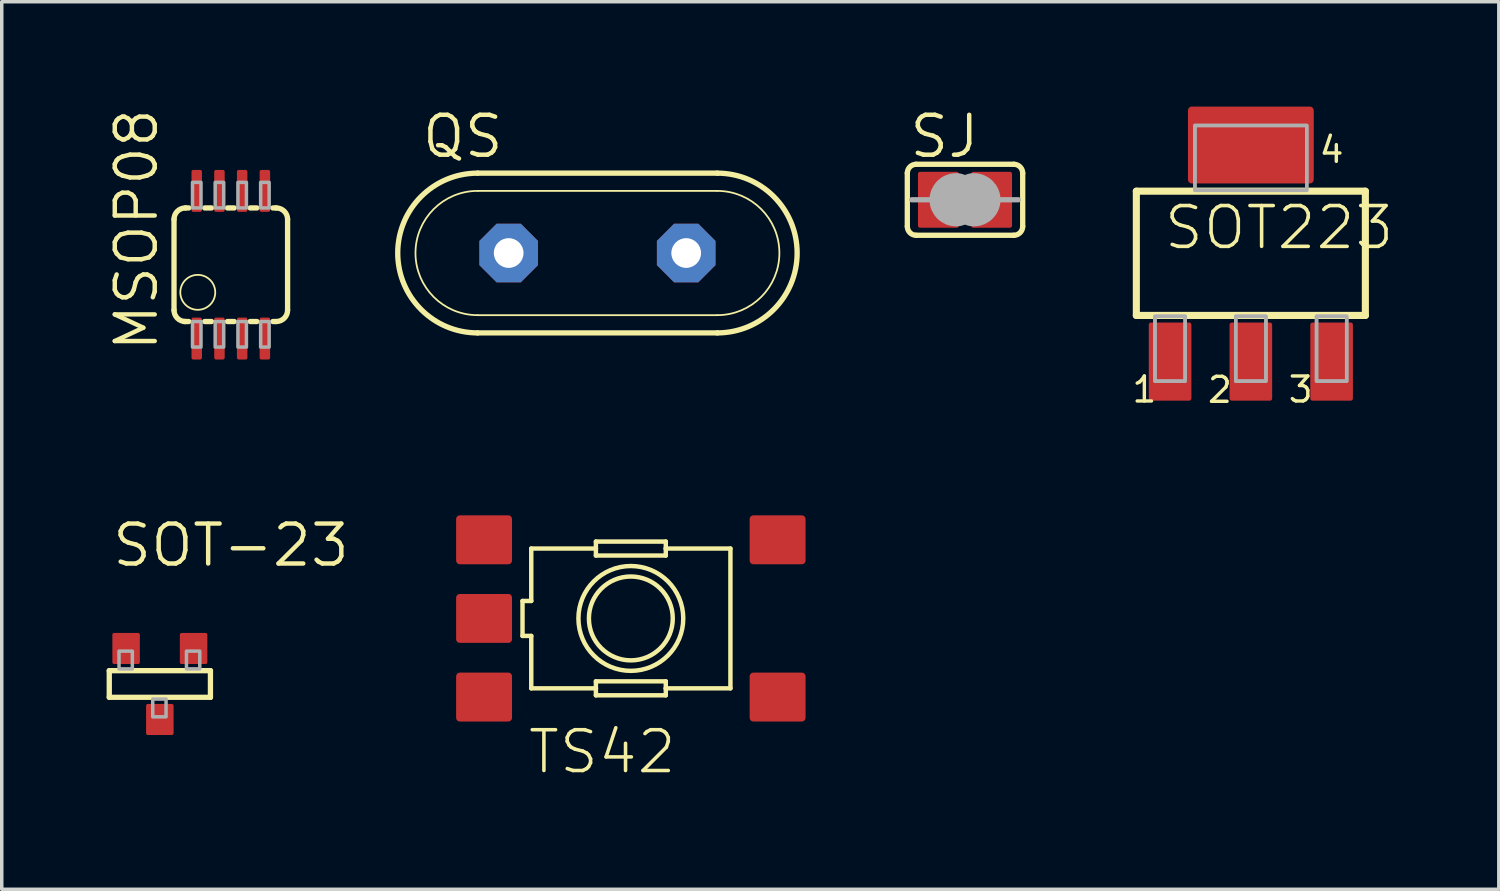
<source format=kicad_pcb>
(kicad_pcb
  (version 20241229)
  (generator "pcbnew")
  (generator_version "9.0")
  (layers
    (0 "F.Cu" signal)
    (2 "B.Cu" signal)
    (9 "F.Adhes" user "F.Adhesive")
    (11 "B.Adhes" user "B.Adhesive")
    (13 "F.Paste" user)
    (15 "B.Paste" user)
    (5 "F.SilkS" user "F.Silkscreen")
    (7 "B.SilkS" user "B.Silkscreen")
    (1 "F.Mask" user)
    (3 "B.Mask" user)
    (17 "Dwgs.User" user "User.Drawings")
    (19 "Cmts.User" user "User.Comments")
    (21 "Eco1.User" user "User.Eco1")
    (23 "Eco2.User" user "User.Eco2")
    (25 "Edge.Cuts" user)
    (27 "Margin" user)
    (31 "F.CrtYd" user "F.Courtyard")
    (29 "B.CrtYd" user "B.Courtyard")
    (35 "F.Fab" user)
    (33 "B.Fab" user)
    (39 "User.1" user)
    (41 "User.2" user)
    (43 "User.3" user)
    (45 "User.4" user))
  (footprint "MSOP08"
    (layer "F.Cu")
    (at 3.556 4.525)
    (property "Reference" "MSOP08" (at -2.032 2.54 90) (layer "F.SilkS") (effects (font (size 1.143 1.143) (thickness 0.127)) (justify left bottom)))
    (fp_line (start -1.626 1.301) (end -1.626 -1.299) (stroke (width 0.152) (type solid)) (layer "F.SilkS"))
    (fp_line (start -1.341 1.626) (end -1.204 1.626) (stroke (width 0.152) (type solid)) (layer "F.SilkS"))
    (fp_line (start -1.301 -1.624) (end -1.204 -1.624) (stroke (width 0.152) (type solid)) (layer "F.SilkS"))
    (fp_line (start -0.747 -1.624) (end -0.554 -1.624) (stroke (width 0.152) (type solid)) (layer "F.SilkS"))
    (fp_line (start -0.747 1.626) (end -0.554 1.626) (stroke (width 0.152) (type solid)) (layer "F.SilkS"))
    (fp_line (start -0.097 -1.624) (end 0.096 -1.624) (stroke (width 0.152) (type solid)) (layer "F.SilkS"))
    (fp_line (start -0.097 1.626) (end 0.096 1.626) (stroke (width 0.152) (type solid)) (layer "F.SilkS"))
    (fp_line (start 0.553 -1.624) (end 0.746 -1.624) (stroke (width 0.152) (type solid)) (layer "F.SilkS"))
    (fp_line (start 0.553 1.626) (end 0.746 1.626) (stroke (width 0.152) (type solid)) (layer "F.SilkS"))
    (fp_line (start 1.203 -1.624) (end 1.299 -1.624) (stroke (width 0.152) (type solid)) (layer "F.SilkS"))
    (fp_line (start 1.203 1.626) (end 1.299 1.626) (stroke (width 0.152) (type solid)) (layer "F.SilkS"))
    (fp_line (start 1.624 -1.299) (end 1.624 1.301) (stroke (width 0.152) (type solid)) (layer "F.SilkS"))
    (fp_arc (start -1.626 -1.299) (mid -1.53081 -1.52881) (end -1.301 -1.624) (stroke (width 0.1524) (type solid)) (layer "F.SilkS"))
    (fp_arc (start -1.301 1.626) (mid -1.53081 1.53081) (end -1.626 1.301) (stroke (width 0.1524) (type solid)) (layer "F.SilkS"))
    (fp_arc (start 1.299 -1.624) (mid 1.52881 -1.52881) (end 1.624 -1.299) (stroke (width 0.1524) (type solid)) (layer "F.SilkS"))
    (fp_arc (start 1.624 1.301) (mid 1.52881 1.53081) (end 1.299 1.626) (stroke (width 0.1524) (type solid)) (layer "F.SilkS"))
    (fp_circle (center -0.946 0.791) (end -0.446 0.791) (stroke (width 0.051) (type solid)) (fill no) (layer "F.SilkS"))
    (fp_poly (pts (xy -1.097 -1.624) (xy -0.854 -1.624) (xy -0.854 -2.356) (xy -1.097 -2.356)) (stroke (width 0.1) (type default)) (fill no) (layer "F.Fab"))
    (fp_poly (pts (xy -1.097 2.357) (xy -0.854 2.357) (xy -0.854 1.626) (xy -1.097 1.626)) (stroke (width 0.1) (type default)) (fill no) (layer "F.Fab"))
    (fp_poly (pts (xy -0.448 -1.624) (xy -0.204 -1.624) (xy -0.204 -2.356) (xy -0.448 -2.356)) (stroke (width 0.1) (type default)) (fill no) (layer "F.Fab"))
    (fp_poly (pts (xy -0.448 2.357) (xy -0.204 2.357) (xy -0.204 1.626) (xy -0.448 1.626)) (stroke (width 0.1) (type default)) (fill no) (layer "F.Fab"))
    (fp_poly (pts (xy 0.203 -1.624) (xy 0.446 -1.624) (xy 0.446 -2.356) (xy 0.203 -2.356)) (stroke (width 0.1) (type default)) (fill no) (layer "F.Fab"))
    (fp_poly (pts (xy 0.203 2.357) (xy 0.446 2.357) (xy 0.446 1.626) (xy 0.203 1.626)) (stroke (width 0.1) (type default)) (fill no) (layer "F.Fab"))
    (fp_poly (pts (xy 0.853 -1.624) (xy 1.096 -1.624) (xy 1.096 -2.356) (xy 0.853 -2.356)) (stroke (width 0.1) (type default)) (fill no) (layer "F.Fab"))
    (fp_poly (pts (xy 0.853 2.357) (xy 1.096 2.357) (xy 1.096 1.626) (xy 0.853 1.626)) (stroke (width 0.1) (type default)) (fill no) (layer "F.Fab"))
    (pad "1" smd roundrect (at -0.976 2.113) (size 0.3 1.2) (layers "F.Cu" "F.Mask" "F.Paste") (roundrect_rratio 0.169))
    (pad "2" smd roundrect (at -0.326 2.113) (size 0.3 1.2) (layers "F.Cu" "F.Mask" "F.Paste") (roundrect_rratio 0.169))
    (pad "3" smd roundrect (at 0.324 2.113) (size 0.3 1.2) (layers "F.Cu" "F.Mask" "F.Paste") (roundrect_rratio 0.169))
    (pad "4" smd roundrect (at 0.974 2.113) (size 0.3 1.2) (layers "F.Cu" "F.Mask" "F.Paste") (roundrect_rratio 0.169))
    (pad "5" smd roundrect (at 0.974 -2.112) (size 0.3 1.2) (layers "F.Cu" "F.Mask" "F.Paste") (roundrect_rratio 0.169))
    (pad "6" smd roundrect (at 0.324 -2.112) (size 0.3 1.2) (layers "F.Cu" "F.Mask" "F.Paste") (roundrect_rratio 0.169))
    (pad "7" smd roundrect (at -0.326 -2.112) (size 0.3 1.2) (layers "F.Cu" "F.Mask" "F.Paste") (roundrect_rratio 0.169))
    (pad "8" smd roundrect (at -0.976 -2.112) (size 0.3 1.2) (layers "F.Cu" "F.Mask" "F.Paste") (roundrect_rratio 0.169)))
  (footprint "TS42"
    (layer "F.Cu")
    (at 15.003 14.648)
    (property "Reference" "TS42" (at -3 4.5 0) (layer "F.SilkS") (effects (font (size 1.168 1.168) (thickness 0.102)) (justify left bottom)))
    (fp_line (start -3.1 -0.5) (end -3.1 0.5) (stroke (width 0.127) (type solid)) (layer "F.SilkS"))
    (fp_line (start -3.1 0.5) (end -2.85 0.5) (stroke (width 0.127) (type solid)) (layer "F.SilkS"))
    (fp_line (start -2.85 -2) (end -2.85 -0.5) (stroke (width 0.127) (type solid)) (layer "F.SilkS"))
    (fp_line (start -2.85 -2) (end -1 -2) (stroke (width 0.127) (type solid)) (layer "F.SilkS"))
    (fp_line (start -2.85 -0.5) (end -3.1 -0.5) (stroke (width 0.127) (type solid)) (layer "F.SilkS"))
    (fp_line (start -2.85 0.5) (end -2.85 2) (stroke (width 0.127) (type solid)) (layer "F.SilkS"))
    (fp_line (start -1 -2.2) (end -1 -2) (stroke (width 0.127) (type solid)) (layer "F.SilkS"))
    (fp_line (start -1 -2) (end -1 -1.8) (stroke (width 0.127) (type solid)) (layer "F.SilkS"))
    (fp_line (start -1 -1.8) (end 1 -1.8) (stroke (width 0.127) (type solid)) (layer "F.SilkS"))
    (fp_line (start -1 1.8) (end -1 2) (stroke (width 0.127) (type solid)) (layer "F.SilkS"))
    (fp_line (start -1 2) (end -2.85 2) (stroke (width 0.127) (type solid)) (layer "F.SilkS"))
    (fp_line (start -1 2) (end -1 2.2) (stroke (width 0.127) (type solid)) (layer "F.SilkS"))
    (fp_line (start -1 2.2) (end 1 2.2) (stroke (width 0.127) (type solid)) (layer "F.SilkS"))
    (fp_line (start 1 -2.2) (end -1 -2.2) (stroke (width 0.127) (type solid)) (layer "F.SilkS"))
    (fp_line (start 1 -2) (end 1 -2.2) (stroke (width 0.127) (type solid)) (layer "F.SilkS"))
    (fp_line (start 1 -2) (end 2.85 -2) (stroke (width 0.127) (type solid)) (layer "F.SilkS"))
    (fp_line (start 1 -1.8) (end 1 -2) (stroke (width 0.127) (type solid)) (layer "F.SilkS"))
    (fp_line (start 1 1.8) (end -1 1.8) (stroke (width 0.127) (type solid)) (layer "F.SilkS"))
    (fp_line (start 1 2) (end 1 1.8) (stroke (width 0.127) (type solid)) (layer "F.SilkS"))
    (fp_line (start 1 2) (end 2.85 2) (stroke (width 0.127) (type solid)) (layer "F.SilkS"))
    (fp_line (start 1 2.2) (end 1 2) (stroke (width 0.127) (type solid)) (layer "F.SilkS"))
    (fp_line (start 2.85 2) (end 2.85 -2) (stroke (width 0.127) (type solid)) (layer "F.SilkS"))
    (fp_circle (center 0 0) (end 1.2 0) (stroke (width 0.127) (type solid)) (fill no) (layer "F.SilkS"))
    (fp_circle (center 0 0) (end 1.5 0) (stroke (width 0.127) (type solid)) (fill no) (layer "F.SilkS"))
    (fp_poly (pts (xy -4.699 0.381) (xy -3.81 0.381) (xy -3.81 -0.381) (xy -4.699 -0.381)) (stroke (width 0) (type default)) (fill yes) (layer "F.Paste"))
    (pad "1" smd roundrect (at -4.2 -2.25) (size 1.6 1.4) (layers "F.Cu" "F.Mask" "F.Paste") (roundrect_rratio 0.075))
    (pad "2" smd roundrect (at 4.2 -2.25) (size 1.6 1.4) (layers "F.Cu" "F.Mask" "F.Paste") (roundrect_rratio 0.075))
    (pad "3" smd roundrect (at -4.2 2.25) (size 1.6 1.4) (layers "F.Cu" "F.Mask" "F.Paste") (roundrect_rratio 0.075))
    (pad "4" smd roundrect (at 4.2 2.25) (size 1.6 1.4) (layers "F.Cu" "F.Mask" "F.Paste") (roundrect_rratio 0.075))
    (pad "5" smd roundrect (at -4.2 0) (size 1.6 1.4) (layers "F.Cu" "F.Mask") (roundrect_rratio 0.075)))
  (footprint "QS"
    (layer "F.Cu")
    (at 14.047 4.191)
    (property "Reference" "QS" (at -5.08 -2.667 0) (layer "F.SilkS") (effects (font (size 1.143 1.143) (thickness 0.127)) (justify left bottom)))
    (fp_line (start -3.429 1.778) (end 3.429 1.778) (stroke (width 0.051) (type solid)) (layer "F.SilkS"))
    (fp_line (start -3.429 2.286) (end 3.429 2.286) (stroke (width 0.152) (type solid)) (layer "F.SilkS"))
    (fp_line (start 3.429 -2.286) (end -3.429 -2.286) (stroke (width 0.152) (type solid)) (layer "F.SilkS"))
    (fp_line (start 3.429 -1.778) (end -3.429 -1.778) (stroke (width 0.051) (type solid)) (layer "F.SilkS"))
    (fp_arc (start -3.429 1.778) (mid -5.207 0) (end -3.429 -1.778) (stroke (width 0.0508) (type solid)) (layer "F.SilkS"))
    (fp_arc (start -3.429 2.286) (mid -5.715 0) (end -3.429 -2.286) (stroke (width 0.1524) (type solid)) (layer "F.SilkS"))
    (fp_arc (start 3.429 -2.286) (mid 5.715 0) (end 3.429 2.286) (stroke (width 0.1524) (type solid)) (layer "F.SilkS"))
    (fp_arc (start 3.429 -1.778) (mid 5.207 0) (end 3.429 1.778) (stroke (width 0.0508) (type solid)) (layer "F.SilkS"))
    (pad "1" thru_hole roundrect (at -2.54 0 90) (size 1.676 1.676) (drill 0.85) (layers "*.Cu" "*.Mask") (roundrect_rratio 0.25) (chamfer_ratio 0.293) (chamfer top_left top_right bottom_left bottom_right))
    (pad "2" thru_hole roundrect (at 2.54 0 90) (size 1.676 1.676) (drill 0.85) (layers "*.Cu" "*.Mask") (roundrect_rratio 0.25) (chamfer_ratio 0.293) (chamfer top_left top_right bottom_left bottom_right)))
  (footprint "SOT223"
    (layer "F.Cu")
    (at 32.746 4.199)
    (property "Reference" "SOT223" (at -2.54 -0.051 0) (layer "F.SilkS") (effects (font (size 1.168 1.168) (thickness 0.102)) (justify left bottom)))
    (fp_line (start -3.277 -1.778) (end 3.277 -1.778) (stroke (width 0.203) (type solid)) (layer "F.SilkS"))
    (fp_line (start -3.277 1.778) (end -3.277 -1.778) (stroke (width 0.203) (type solid)) (layer "F.SilkS"))
    (fp_line (start 3.277 -1.778) (end 3.277 1.778) (stroke (width 0.203) (type solid)) (layer "F.SilkS"))
    (fp_line (start 3.277 1.778) (end -3.277 1.778) (stroke (width 0.203) (type solid)) (layer "F.SilkS"))
    (fp_poly (pts (xy -2.743 3.658) (xy -1.88 3.658) (xy -1.88 1.803) (xy -2.743 1.803)) (stroke (width 0.1) (type default)) (fill no) (layer "F.Fab"))
    (fp_poly (pts (xy -2.743 3.658) (xy -1.88 3.658) (xy -1.88 1.803) (xy -2.743 1.803)) (stroke (width 0.1) (type default)) (fill no) (layer "F.Fab"))
    (fp_poly (pts (xy -1.6 -1.803) (xy 1.6 -1.803) (xy 1.6 -3.658) (xy -1.6 -3.658)) (stroke (width 0.1) (type default)) (fill no) (layer "F.Fab"))
    (fp_poly (pts (xy -1.6 -1.803) (xy 1.6 -1.803) (xy 1.6 -3.658) (xy -1.6 -3.658)) (stroke (width 0.1) (type default)) (fill no) (layer "F.Fab"))
    (fp_poly (pts (xy -0.432 3.658) (xy 0.432 3.658) (xy 0.432 1.803) (xy -0.432 1.803)) (stroke (width 0.1) (type default)) (fill no) (layer "F.Fab"))
    (fp_poly (pts (xy -0.432 3.658) (xy 0.432 3.658) (xy 0.432 1.803) (xy -0.432 1.803)) (stroke (width 0.1) (type default)) (fill no) (layer "F.Fab"))
    (fp_poly (pts (xy 1.88 3.658) (xy 2.743 3.658) (xy 2.743 1.803) (xy 1.88 1.803)) (stroke (width 0.1) (type default)) (fill no) (layer "F.Fab"))
    (fp_poly (pts (xy 1.88 3.658) (xy 2.743 3.658) (xy 2.743 1.803) (xy 1.88 1.803)) (stroke (width 0.1) (type default)) (fill no) (layer "F.Fab"))
    (fp_text user "2" (at -1.291 4.327 0) (layer "F.SilkS") (effects (font (size 0.715 0.715) (thickness 0.098)) (justify left bottom)))
    (fp_text user "1" (at -3.453 4.318 0) (layer "F.SilkS") (effects (font (size 0.715 0.715) (thickness 0.098)) (justify left bottom)))
    (fp_text user "3" (at 1.021 4.318 0) (layer "F.SilkS") (effects (font (size 0.715 0.715) (thickness 0.098)) (justify left bottom)))
    (fp_text user "4" (at 1.905 -2.54 0) (layer "F.SilkS") (effects (font (size 0.715 0.715) (thickness 0.098)) (justify left bottom)))
    (pad "1" smd roundrect (at -2.311 3.099) (size 1.219 2.235) (layers "F.Cu" "F.Mask" "F.Paste") (roundrect_rratio 0.05))
    (pad "2" smd roundrect (at 0 3.099) (size 1.219 2.235) (layers "F.Cu" "F.Mask" "F.Paste") (roundrect_rratio 0.05))
    (pad "3" smd roundrect (at 2.311 3.099) (size 1.219 2.235) (layers "F.Cu" "F.Mask" "F.Paste") (roundrect_rratio 0.05))
    (pad "4" smd roundrect (at 0 -3.099) (size 3.6 2.2) (layers "F.Cu" "F.Mask" "F.Paste") (roundrect_rratio 0.05)))
  (footprint "SOT-23"
    (layer "F.Cu")
    (at 1.499 16.524)
    (property "Reference" "SOT-23" (at -1.397 -3.302 0) (layer "F.SilkS") (effects (font (size 1.143 1.143) (thickness 0.127)) (justify left bottom)))
    (fp_line (start -1.422 -0.381) (end 1.473 -0.381) (stroke (width 0.152) (type solid)) (layer "F.SilkS"))
    (fp_line (start -1.422 0.381) (end -1.422 -0.381) (stroke (width 0.152) (type solid)) (layer "F.SilkS"))
    (fp_line (start 1.473 -0.381) (end 1.473 0.381) (stroke (width 0.152) (type solid)) (layer "F.SilkS"))
    (fp_line (start 1.473 0.381) (end -1.422 0.381) (stroke (width 0.152) (type solid)) (layer "F.SilkS"))
    (fp_poly (pts (xy -1.143 -0.432) (xy -0.762 -0.432) (xy -0.762 -0.94) (xy -1.143 -0.94)) (stroke (width 0.1) (type default)) (fill no) (layer "F.Fab"))
    (fp_poly (pts (xy -0.178 0.94) (xy 0.203 0.94) (xy 0.203 0.432) (xy -0.178 0.432)) (stroke (width 0.1) (type default)) (fill no) (layer "F.Fab"))
    (fp_poly (pts (xy 0.787 -0.432) (xy 1.168 -0.432) (xy 1.168 -0.94) (xy 0.787 -0.94)) (stroke (width 0.1) (type default)) (fill no) (layer "F.Fab"))
    (pad "1" smd roundrect (at 0.025 1.016) (size 0.787 0.889) (layers "F.Cu" "F.Mask" "F.Paste") (roundrect_rratio 0.065))
    (pad "2" smd roundrect (at -0.94 -1.016) (size 0.787 0.889) (layers "F.Cu" "F.Mask" "F.Paste") (roundrect_rratio 0.065))
    (pad "3" smd roundrect (at 0.991 -1.016) (size 0.787 0.889) (layers "F.Cu" "F.Mask" "F.Paste") (roundrect_rratio 0.065)))
  (footprint "SJ"
    (layer "F.Cu")
    (at 24.566 2.667)
    (property "Reference" "SJ" (at -1.651 -1.143 0) (layer "F.SilkS") (effects (font (size 1.143 1.143) (thickness 0.127)) (justify left bottom)))
    (fp_poly (pts (xy -0.076 0.914) (xy 0.076 0.914) (xy 0.076 -0.914) (xy -0.076 -0.914)) (stroke (width 0) (type default)) (fill yes) (layer "F.Mask"))
    (fp_line (start -1.651 0.762) (end -1.651 -0.762) (stroke (width 0.152) (type solid)) (layer "F.SilkS"))
    (fp_line (start -1.397 -1.016) (end 1.397 -1.016) (stroke (width 0.152) (type solid)) (layer "F.SilkS"))
    (fp_line (start 1.397 1.016) (end -1.397 1.016) (stroke (width 0.152) (type solid)) (layer "F.SilkS"))
    (fp_line (start 1.651 0.762) (end 1.651 -0.762) (stroke (width 0.152) (type solid)) (layer "F.SilkS"))
    (fp_arc (start -1.651 -0.762) (mid -1.576605 -0.941605) (end -1.397 -1.016) (stroke (width 0.1524) (type solid)) (layer "F.SilkS"))
    (fp_arc (start -1.397 1.016) (mid -1.576605 0.941605) (end -1.651 0.762) (stroke (width 0.1524) (type solid)) (layer "F.SilkS"))
    (fp_arc (start 1.397 -1.016) (mid 1.576605 -0.941605) (end 1.651 -0.762) (stroke (width 0.1524) (type solid)) (layer "F.SilkS"))
    (fp_arc (start 1.651 0.762) (mid 1.576605 0.941605) (end 1.397 1.016) (stroke (width 0.1524) (type solid)) (layer "F.SilkS"))
    (fp_line (start -1.016 0) (end -1.524 0) (stroke (width 0.152) (type solid)) (layer "F.Fab"))
    (fp_line (start 1.016 0) (end 1.524 0) (stroke (width 0.152) (type solid)) (layer "F.Fab"))
    (fp_arc (start -0.254 0.127) (mid -0.381 0) (end -0.254 -0.127) (stroke (width 1.27) (type solid)) (layer "F.Fab"))
    (fp_arc (start 0.254 -0.127) (mid 0.381 0) (end 0.254 0.127) (stroke (width 1.27) (type solid)) (layer "F.Fab"))
    (pad "1" smd roundrect (at -0.762 0) (size 1.168 1.6) (layers "F.Cu" "F.Mask" "F.Paste") (roundrect_rratio 0.05))
    (pad "2" smd roundrect (at 0.762 0) (size 1.168 1.6) (layers "F.Cu" "F.Mask" "F.Paste") (roundrect_rratio 0.05)))
  (gr_rect
    (start -3 -3)
    (end 39.842 22.398)
    (stroke (width 0.1) (type default))
    (fill no)
    (layer "Edge.Cuts")))
</source>
